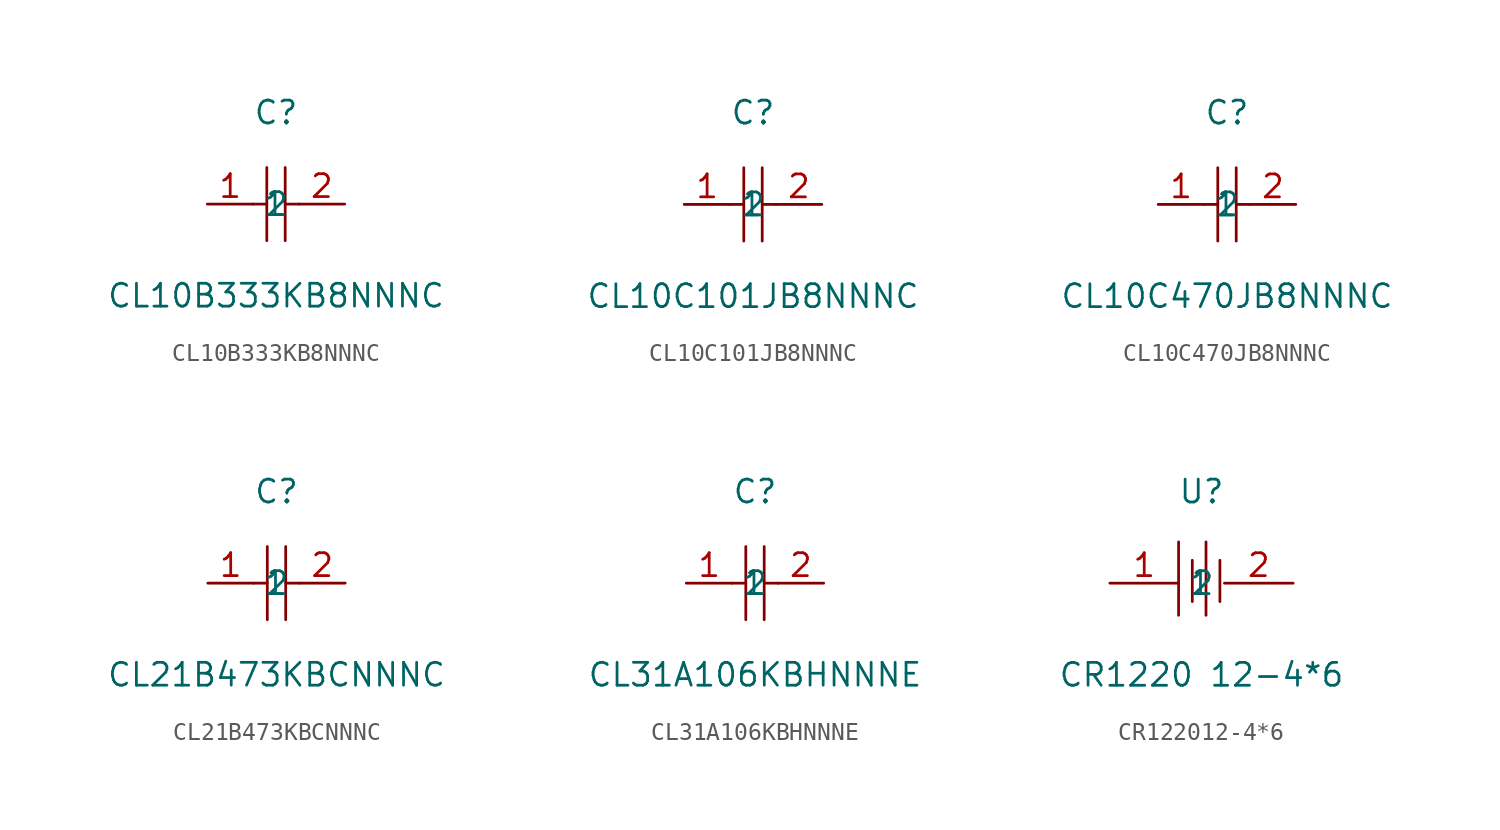
<source format=kicad_sym>
(kicad_symbol_lib
  (version 20231120)
  (generator "kicad_symbol_editor")
  (generator_version "8.0")
  (symbol "CL10B333KB8NNNC"
    (property "Reference" "C"
      (at 0 5.08 0)
      (effects (font (size 1.27 1.27))))
    (property "Value" "CL10B333KB8NNNC"
      (at 0 -5.08 0)
      (effects (font (size 1.27 1.27))))
    (symbol "CL10B333KB8NNNC_0_1"
      (polyline (pts (xy -1.27 0) (xy -0.51 0)) (stroke (width 0) (type default)) (fill (type none)))
      (polyline (pts (xy -0.51 2.03) (xy -0.51 -2.03)) (stroke (width 0) (type default)) (fill (type none)))
      (polyline (pts (xy 0.51 0) (xy 1.27 0)) (stroke (width 0) (type default)) (fill (type none)))
      (polyline (pts (xy 0.51 2.03) (xy 0.51 -2.03)) (stroke (width 0) (type default)) (fill (type none)))
      (pin input line (at -3.81 0 0) (length 2.54) (name "1" (effects (font (size 1.27 1.27)))) (number "1" (effects (font (size 1.27 1.27)))))
      (pin input line (at 3.81 0 180) (length 2.54) (name "2" (effects (font (size 1.27 1.27)))) (number "2" (effects (font (size 1.27 1.27)))))))
  (symbol "CL10C101JB8NNNC"
    (property "Reference" "C"
      (at 0 5.08 0)
      (effects (font (size 1.27 1.27))))
    (property "Value" "CL10C101JB8NNNC"
      (at 0 -5.08 0)
      (effects (font (size 1.27 1.27))))
    (symbol "CL10C101JB8NNNC_0_1"
      (polyline (pts (xy -0.51 2.03) (xy -0.51 -2.03)) (stroke (width 0) (type default) (color 0 0 0 0)) (fill (type none)))
      (polyline (pts (xy 0.51 2.03) (xy 0.51 -2.03)) (stroke (width 0) (type default) (color 0 0 0 0)) (fill (type none)))
      (polyline (pts (xy -1.27 -0.00) (xy -0.51 -0.00)) (stroke (width 0) (type default) (color 0 0 0 0)) (fill (type none)))
      (polyline (pts (xy 0.51 -0.00) (xy 1.27 -0.00)) (stroke (width 0) (type default) (color 0 0 0 0)) (fill (type none)))
      (pin input line (at -3.81 -0.00 0) (length 2.54) (name "1" (effects (font (size 1.27 1.27)))) (number "1" (effects (font (size 1.27 1.27)))))
      (pin input line (at 3.81 -0.00 180) (length 2.54) (name "2" (effects (font (size 1.27 1.27)))) (number "2" (effects (font (size 1.27 1.27)))))))
  (symbol "CL10C470JB8NNNC"
    (property "Reference" "C"
      (at 0 5.08 0)
      (effects (font (size 1.27 1.27))))
    (property "Value" "CL10C470JB8NNNC"
      (at 0 -5.08 0)
      (effects (font (size 1.27 1.27))))
    (symbol "CL10C470JB8NNNC_0_1"
      (polyline (pts (xy -1.27 0) (xy -0.51 0)) (stroke (width 0) (type default)) (fill (type none)))
      (polyline (pts (xy -0.51 2.03) (xy -0.51 -2.03)) (stroke (width 0) (type default)) (fill (type none)))
      (polyline (pts (xy 0.51 0) (xy 1.27 0)) (stroke (width 0) (type default)) (fill (type none)))
      (polyline (pts (xy 0.51 2.03) (xy 0.51 -2.03)) (stroke (width 0) (type default)) (fill (type none)))
      (pin input line (at -3.81 0 0) (length 2.54) (name "1" (effects (font (size 1.27 1.27)))) (number "1" (effects (font (size 1.27 1.27)))))
      (pin input line (at 3.81 0 180) (length 2.54) (name "2" (effects (font (size 1.27 1.27)))) (number "2" (effects (font (size 1.27 1.27)))))))
  (symbol "CL21B473KBCNNNC"
    (property "Reference" "C"
      (at 0 5.08 0)
      (effects (font (size 1.27 1.27))))
    (property "Value" "CL21B473KBCNNNC"
      (at 0 -5.08 0)
      (effects (font (size 1.27 1.27))))
    (symbol "CL21B473KBCNNNC_0_1"
      (polyline (pts (xy -1.27 0) (xy -0.51 0)) (stroke (width 0) (type default)) (fill (type none)))
      (polyline (pts (xy -0.51 2.03) (xy -0.51 -2.03)) (stroke (width 0) (type default)) (fill (type none)))
      (polyline (pts (xy 0.51 0) (xy 1.27 0)) (stroke (width 0) (type default)) (fill (type none)))
      (polyline (pts (xy 0.51 2.03) (xy 0.51 -2.03)) (stroke (width 0) (type default)) (fill (type none)))
      (pin input line (at -3.81 0 0) (length 2.54) (name "1" (effects (font (size 1.27 1.27)))) (number "1" (effects (font (size 1.27 1.27)))))
      (pin input line (at 3.81 0 180) (length 2.54) (name "2" (effects (font (size 1.27 1.27)))) (number "2" (effects (font (size 1.27 1.27)))))))
  (symbol "CL31A106KBHNNNE"
    (property "Reference" "C"
      (at 0 5.08 0)
      (effects (font (size 1.27 1.27))))
    (property "Value" "CL31A106KBHNNNE"
      (at 0 -5.08 0)
      (effects (font (size 1.27 1.27))))
    (symbol "CL31A106KBHNNNE_0_1"
      (polyline (pts (xy -1.27 0) (xy -0.51 0)) (stroke (width 0) (type default)) (fill (type none)))
      (polyline (pts (xy -0.51 2.03) (xy -0.51 -2.03)) (stroke (width 0) (type default)) (fill (type none)))
      (polyline (pts (xy 0.51 0) (xy 1.27 0)) (stroke (width 0) (type default)) (fill (type none)))
      (polyline (pts (xy 0.51 2.03) (xy 0.51 -2.03)) (stroke (width 0) (type default)) (fill (type none)))
      (pin input line (at -3.81 0 0) (length 2.54) (name "1" (effects (font (size 1.27 1.27)))) (number "1" (effects (font (size 1.27 1.27)))))
      (pin input line (at 3.81 0 180) (length 2.54) (name "2" (effects (font (size 1.27 1.27)))) (number "2" (effects (font (size 1.27 1.27)))))))
  (symbol "CR122012-4*6"
    (property "Reference" "U"
      (at 0 5.08 0)
      (effects (font (size 1.27 1.27))))
    (property "Value" "CR1220 12-4*6"
      (at 0 -5.08 0)
      (effects (font (size 1.27 1.27))))
    (symbol "CR122012-4*6_0_1"
      (polyline (pts (xy -1.27 2.29) (xy -1.27 -1.78)) (stroke (width 0) (type default)) (fill (type none)))
      (polyline (pts (xy -0.51 1.27) (xy -0.51 -1.02)) (stroke (width 0) (type default)) (fill (type none)))
      (polyline (pts (xy 0.25 2.29) (xy 0.25 -1.78)) (stroke (width 0) (type default)) (fill (type none)))
      (polyline (pts (xy 1.02 1.27) (xy 1.02 -1.02)) (stroke (width 0) (type default)) (fill (type none)))
      (pin input line (at -5.08 0 0) (length 3.81) (name "1" (effects (font (size 1.27 1.27)))) (number "1" (effects (font (size 1.27 1.27)))))
      (pin input line (at 5.08 0 180) (length 3.81) (name "2" (effects (font (size 1.27 1.27)))) (number "2" (effects (font (size 1.27 1.27))))))))
</source>
